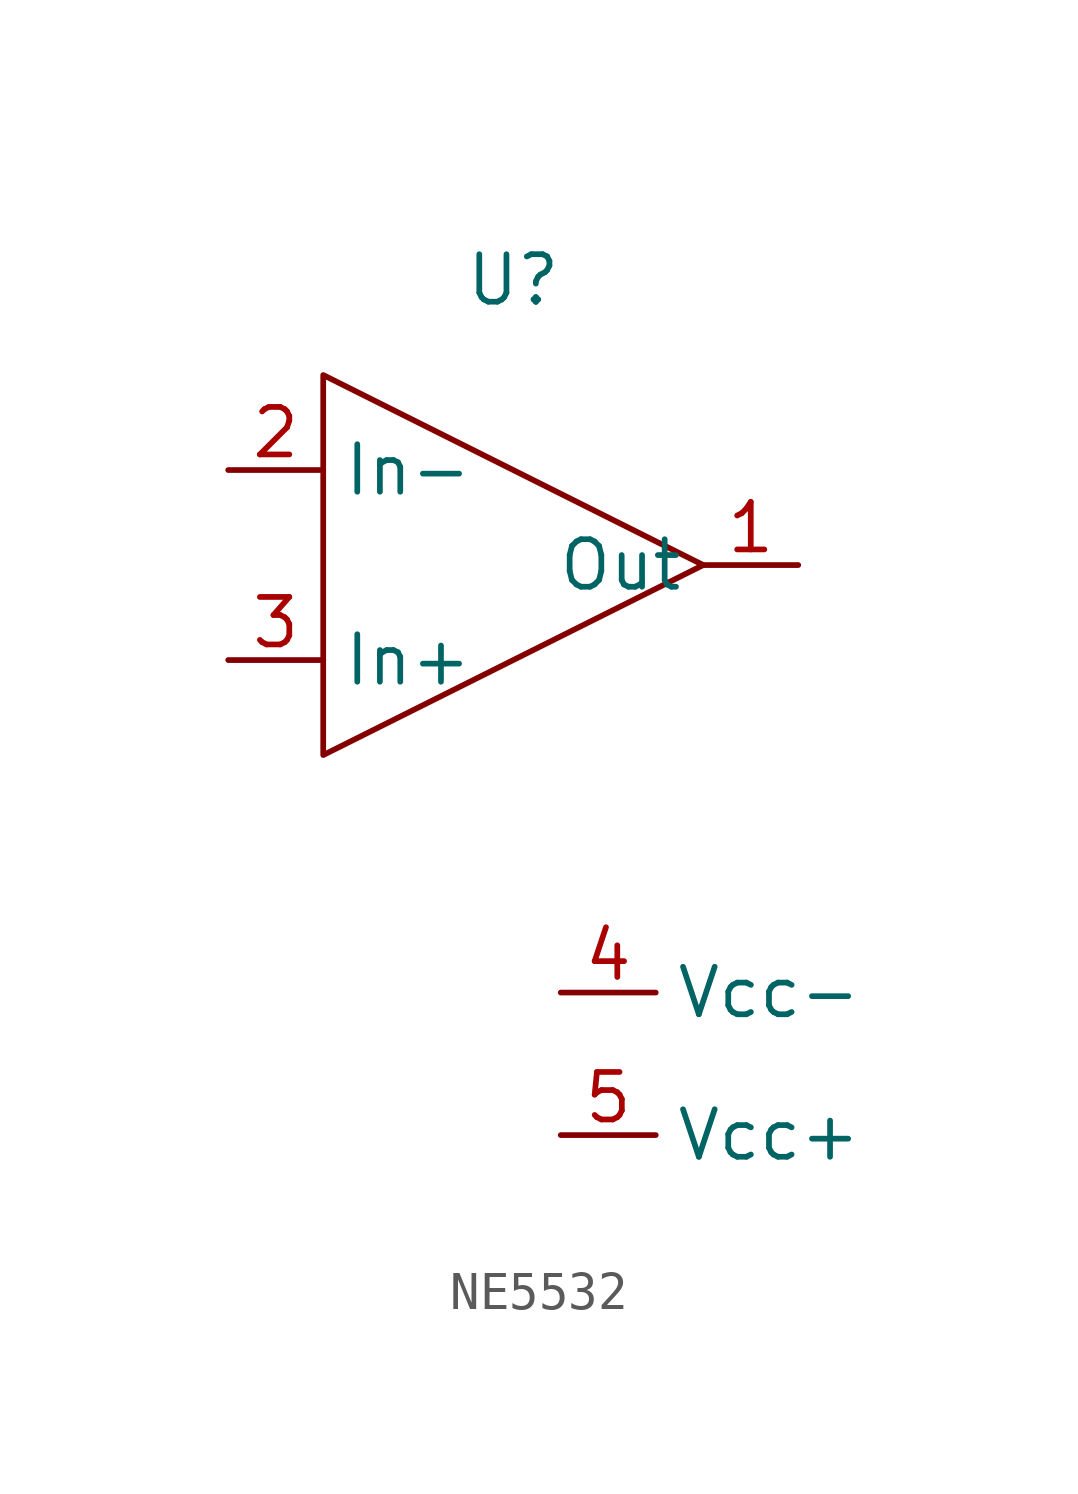
<source format=kicad_sym>
(kicad_symbol_lib
  (version 20231120)
  (generator "kicad_symbol_editor")
  (generator_version "8.0")
  (symbol "NE5532"
    (property "Reference" "U"
      (at 0 0 0)
      (effects (font (size 1.27 1.27))))
    (property "Value" ""
      (at 0 0 0)
      (effects (font (size 1.27 1.27))))
    (property "ki_locked" ""
      (at 0 0 0)
      (effects (font (size 1.27 1.27))))
    (symbol "NE5532_1_1"
      (polyline (pts (xy -5.08 -3.81) (xy -5.08 -11.43) (xy -5.08 -12.7) (xy 5.08 -7.62) (xy -5.08 -2.54) (xy -5.08 -3.81)) (stroke (width 0) (type default)) (fill (type none)))
      (pin input line (at 7.62 -7.62 180) (length 2.54) (name "Out" (effects (font (size 1.27 1.27)))) (number "1" (effects (font (size 1.27 1.27)))))
      (pin input line (at -7.62 -5.08 0) (length 2.54) (name "In-" (effects (font (size 1.27 1.27)))) (number "2" (effects (font (size 1.27 1.27)))))
      (pin input line (at -7.62 -10.16 0) (length 2.54) (name "In+" (effects (font (size 1.27 1.27)))) (number "3" (effects (font (size 1.27 1.27)))))
      (pin power_in line (at 1.27 -19.05 0) (length 2.54) (name "Vcc-" (effects (font (size 1.27 1.27)))) (number "4" (effects (font (size 1.27 1.27)))))
      (pin power_in line (at 1.27 -22.86 0) (length 2.54) (name "Vcc+" (effects (font (size 1.27 1.27)))) (number "5" (effects (font (size 1.27 1.27))))))))
</source>
